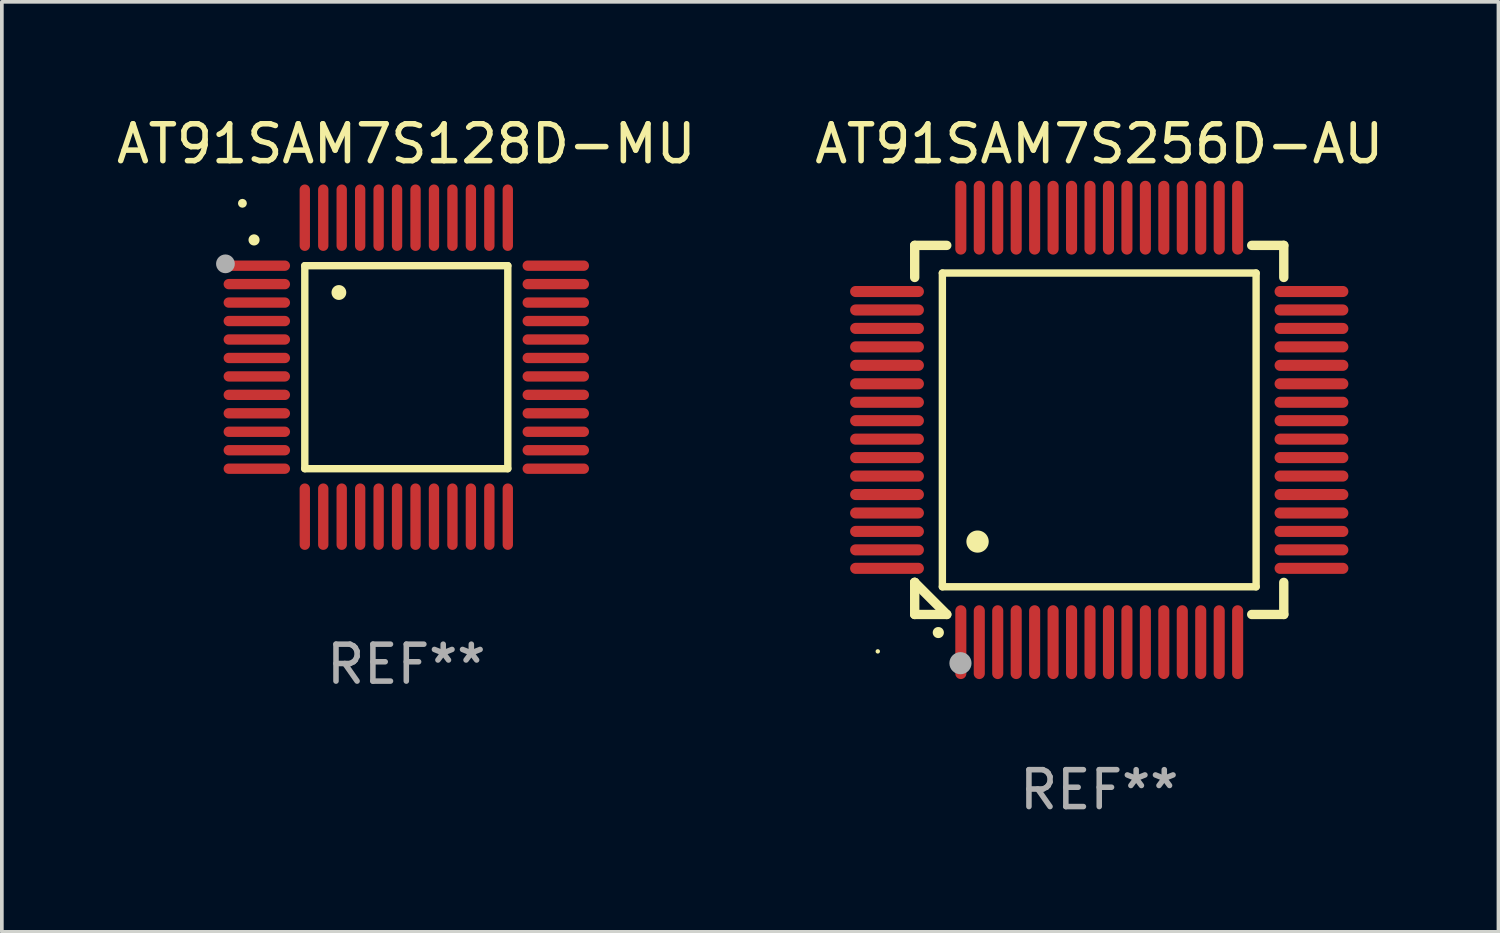
<source format=kicad_pcb>
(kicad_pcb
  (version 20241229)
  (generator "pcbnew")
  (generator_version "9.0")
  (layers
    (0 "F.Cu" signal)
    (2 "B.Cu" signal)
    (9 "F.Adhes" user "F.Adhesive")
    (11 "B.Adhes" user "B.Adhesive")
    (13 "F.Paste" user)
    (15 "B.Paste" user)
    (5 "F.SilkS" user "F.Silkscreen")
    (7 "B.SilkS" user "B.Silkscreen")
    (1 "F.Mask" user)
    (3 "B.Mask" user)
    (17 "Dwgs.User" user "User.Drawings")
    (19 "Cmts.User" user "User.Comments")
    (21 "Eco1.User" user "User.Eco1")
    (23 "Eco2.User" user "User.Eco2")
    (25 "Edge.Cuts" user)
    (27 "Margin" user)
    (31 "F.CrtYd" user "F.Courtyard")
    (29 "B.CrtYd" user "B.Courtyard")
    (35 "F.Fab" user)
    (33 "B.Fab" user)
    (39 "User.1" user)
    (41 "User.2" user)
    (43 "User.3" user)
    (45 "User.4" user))
  (footprint "AT91SAM7S256D-AU"
    (layer "F.Cu")
    (at 26.732 8.598)
    (property "Reference" "AT91SAM7S256D-AU" (at 0 -7.75 0) (layer "F.SilkS") (effects (font (size 1 1) (thickness 0.15))))
    (attr through_hole)
    (fp_line (start -5 -5) (end -4.131 -5) (stroke (width 0.254) (type solid)) (layer "F.SilkS"))
    (fp_line (start -5 -4.131) (end -5 -5) (stroke (width 0.254) (type solid)) (layer "F.SilkS"))
    (fp_line (start -5 4.131) (end -5 4.131) (stroke (width 0.254) (type solid)) (layer "F.SilkS"))
    (fp_line (start -5 5) (end -5 4.131) (stroke (width 0.254) (type solid)) (layer "F.SilkS"))
    (fp_line (start -5 4.131) (end -4.131 5) (stroke (width 0.254) (type solid)) (layer "F.SilkS"))
    (fp_line (start -4.25 -4.25) (end -4.25 4.25) (stroke (width 0.2) (type solid)) (layer "F.SilkS"))
    (fp_line (start -4.25 4.25) (end 4.25 4.25) (stroke (width 0.2) (type solid)) (layer "F.SilkS"))
    (fp_line (start -4.131 5) (end -5 5) (stroke (width 0.254) (type solid)) (layer "F.SilkS"))
    (fp_line (start 4.25 -4.25) (end -4.25 -4.25) (stroke (width 0.2) (type solid)) (layer "F.SilkS"))
    (fp_line (start 4.25 4.25) (end 4.25 -4.25) (stroke (width 0.2) (type solid)) (layer "F.SilkS"))
    (fp_line (start 5 -5) (end 4.131 -5) (stroke (width 0.254) (type solid)) (layer "F.SilkS"))
    (fp_line (start 5 -5) (end 5 -4.131) (stroke (width 0.254) (type solid)) (layer "F.SilkS"))
    (fp_line (start 5 4.131) (end 5 5) (stroke (width 0.254) (type solid)) (layer "F.SilkS"))
    (fp_line (start 5 5) (end 4.131 5) (stroke (width 0.254) (type solid)) (layer "F.SilkS"))
    (fp_arc (start -4.361265 5.489992) (mid -4.359995 5.489987) (end -4.358725 5.489992) (stroke (width 0.3) (type solid)) (layer "F.SilkS"))
    (fp_arc (start -3.299467 3.025146) (mid -3.296927 3.025135) (end -3.294387 3.025146) (stroke (width 0.6) (type solid)) (layer "F.SilkS"))
    (fp_circle (center -6 6) (end -5.97 6) (stroke (width 0.06) (type solid)) (fill no) (layer "F.SilkS"))
    (fp_circle (center -3.76 6.32) (end -3.61 6.32) (stroke (width 0.3) (type solid)) (fill no) (layer "F.Fab"))
    (fp_text user "REF**" (at 0 9.75 0) (layer "F.Fab") (effects (font (size 1 1) (thickness 0.15))))
    (pad "1" smd oval (at -3.75 5.75) (size 0.3 2) (layers "F.Cu" "F.Mask" "F.Paste"))
    (pad "2" smd oval (at -3.25 5.75) (size 0.3 2) (layers "F.Cu" "F.Mask" "F.Paste"))
    (pad "3" smd oval (at -2.75 5.75) (size 0.3 2) (layers "F.Cu" "F.Mask" "F.Paste"))
    (pad "4" smd oval (at -2.25 5.75) (size 0.3 2) (layers "F.Cu" "F.Mask" "F.Paste"))
    (pad "5" smd oval (at -1.75 5.75) (size 0.3 2) (layers "F.Cu" "F.Mask" "F.Paste"))
    (pad "6" smd oval (at -1.25 5.75) (size 0.3 2) (layers "F.Cu" "F.Mask" "F.Paste"))
    (pad "7" smd oval (at -0.75 5.75) (size 0.3 2) (layers "F.Cu" "F.Mask" "F.Paste"))
    (pad "8" smd oval (at -0.25 5.75) (size 0.3 2) (layers "F.Cu" "F.Mask" "F.Paste"))
    (pad "9" smd oval (at 0.25 5.75) (size 0.3 2) (layers "F.Cu" "F.Mask" "F.Paste"))
    (pad "10" smd oval (at 0.75 5.75) (size 0.3 2) (layers "F.Cu" "F.Mask" "F.Paste"))
    (pad "11" smd oval (at 1.25 5.75) (size 0.3 2) (layers "F.Cu" "F.Mask" "F.Paste"))
    (pad "12" smd oval (at 1.75 5.75) (size 0.3 2) (layers "F.Cu" "F.Mask" "F.Paste"))
    (pad "13" smd oval (at 2.25 5.75) (size 0.3 2) (layers "F.Cu" "F.Mask" "F.Paste"))
    (pad "14" smd oval (at 2.75 5.75) (size 0.3 2) (layers "F.Cu" "F.Mask" "F.Paste"))
    (pad "15" smd oval (at 3.25 5.75) (size 0.3 2) (layers "F.Cu" "F.Mask" "F.Paste"))
    (pad "16" smd oval (at 3.75 5.75) (size 0.3 2) (layers "F.Cu" "F.Mask" "F.Paste"))
    (pad "17" smd oval (at 5.75 3.75) (size 2 0.3) (layers "F.Cu" "F.Mask" "F.Paste"))
    (pad "18" smd oval (at 5.75 3.25) (size 2 0.3) (layers "F.Cu" "F.Mask" "F.Paste"))
    (pad "19" smd oval (at 5.75 2.75) (size 2 0.3) (layers "F.Cu" "F.Mask" "F.Paste"))
    (pad "20" smd oval (at 5.75 2.25) (size 2 0.3) (layers "F.Cu" "F.Mask" "F.Paste"))
    (pad "21" smd oval (at 5.75 1.75) (size 2 0.3) (layers "F.Cu" "F.Mask" "F.Paste"))
    (pad "22" smd oval (at 5.75 1.25) (size 2 0.3) (layers "F.Cu" "F.Mask" "F.Paste"))
    (pad "23" smd oval (at 5.75 0.75) (size 2 0.3) (layers "F.Cu" "F.Mask" "F.Paste"))
    (pad "24" smd oval (at 5.75 0.25) (size 2 0.3) (layers "F.Cu" "F.Mask" "F.Paste"))
    (pad "25" smd oval (at 5.75 -0.25) (size 2 0.3) (layers "F.Cu" "F.Mask" "F.Paste"))
    (pad "26" smd oval (at 5.75 -0.75) (size 2 0.3) (layers "F.Cu" "F.Mask" "F.Paste"))
    (pad "27" smd oval (at 5.75 -1.25) (size 2 0.3) (layers "F.Cu" "F.Mask" "F.Paste"))
    (pad "28" smd oval (at 5.75 -1.75) (size 2 0.3) (layers "F.Cu" "F.Mask" "F.Paste"))
    (pad "29" smd oval (at 5.75 -2.25) (size 2 0.3) (layers "F.Cu" "F.Mask" "F.Paste"))
    (pad "30" smd oval (at 5.75 -2.75) (size 2 0.3) (layers "F.Cu" "F.Mask" "F.Paste"))
    (pad "31" smd oval (at 5.75 -3.25) (size 2 0.3) (layers "F.Cu" "F.Mask" "F.Paste"))
    (pad "32" smd oval (at 5.75 -3.75) (size 2 0.3) (layers "F.Cu" "F.Mask" "F.Paste"))
    (pad "33" smd oval (at 3.75 -5.75) (size 0.3 2) (layers "F.Cu" "F.Mask" "F.Paste"))
    (pad "34" smd oval (at 3.25 -5.75) (size 0.3 2) (layers "F.Cu" "F.Mask" "F.Paste"))
    (pad "35" smd oval (at 2.75 -5.75) (size 0.3 2) (layers "F.Cu" "F.Mask" "F.Paste"))
    (pad "36" smd oval (at 2.25 -5.75) (size 0.3 2) (layers "F.Cu" "F.Mask" "F.Paste"))
    (pad "37" smd oval (at 1.75 -5.75) (size 0.3 2) (layers "F.Cu" "F.Mask" "F.Paste"))
    (pad "38" smd oval (at 1.25 -5.75) (size 0.3 2) (layers "F.Cu" "F.Mask" "F.Paste"))
    (pad "39" smd oval (at 0.75 -5.75) (size 0.3 2) (layers "F.Cu" "F.Mask" "F.Paste"))
    (pad "40" smd oval (at 0.25 -5.75) (size 0.3 2) (layers "F.Cu" "F.Mask" "F.Paste"))
    (pad "41" smd oval (at -0.25 -5.75) (size 0.3 2) (layers "F.Cu" "F.Mask" "F.Paste"))
    (pad "42" smd oval (at -0.75 -5.75) (size 0.3 2) (layers "F.Cu" "F.Mask" "F.Paste"))
    (pad "43" smd oval (at -1.25 -5.75) (size 0.3 2) (layers "F.Cu" "F.Mask" "F.Paste"))
    (pad "44" smd oval (at -1.75 -5.75) (size 0.3 2) (layers "F.Cu" "F.Mask" "F.Paste"))
    (pad "45" smd oval (at -2.25 -5.75) (size 0.3 2) (layers "F.Cu" "F.Mask" "F.Paste"))
    (pad "46" smd oval (at -2.75 -5.75) (size 0.3 2) (layers "F.Cu" "F.Mask" "F.Paste"))
    (pad "47" smd oval (at -3.25 -5.75) (size 0.3 2) (layers "F.Cu" "F.Mask" "F.Paste"))
    (pad "48" smd oval (at -3.75 -5.75) (size 0.3 2) (layers "F.Cu" "F.Mask" "F.Paste"))
    (pad "49" smd oval (at -5.75 -3.75) (size 2 0.3) (layers "F.Cu" "F.Mask" "F.Paste"))
    (pad "50" smd oval (at -5.75 -3.25) (size 2 0.3) (layers "F.Cu" "F.Mask" "F.Paste"))
    (pad "51" smd oval (at -5.75 -2.75) (size 2 0.3) (layers "F.Cu" "F.Mask" "F.Paste"))
    (pad "52" smd oval (at -5.75 -2.25) (size 2 0.3) (layers "F.Cu" "F.Mask" "F.Paste"))
    (pad "53" smd oval (at -5.75 -1.75) (size 2 0.3) (layers "F.Cu" "F.Mask" "F.Paste"))
    (pad "54" smd oval (at -5.75 -1.25) (size 2 0.3) (layers "F.Cu" "F.Mask" "F.Paste"))
    (pad "55" smd oval (at -5.75 -0.75) (size 2 0.3) (layers "F.Cu" "F.Mask" "F.Paste"))
    (pad "56" smd oval (at -5.75 -0.25) (size 2 0.3) (layers "F.Cu" "F.Mask" "F.Paste"))
    (pad "57" smd oval (at -5.75 0.25) (size 2 0.3) (layers "F.Cu" "F.Mask" "F.Paste"))
    (pad "58" smd oval (at -5.75 0.75) (size 2 0.3) (layers "F.Cu" "F.Mask" "F.Paste"))
    (pad "59" smd oval (at -5.75 1.25) (size 2 0.3) (layers "F.Cu" "F.Mask" "F.Paste"))
    (pad "60" smd oval (at -5.75 1.75) (size 2 0.3) (layers "F.Cu" "F.Mask" "F.Paste"))
    (pad "61" smd oval (at -5.75 2.25) (size 2 0.3) (layers "F.Cu" "F.Mask" "F.Paste"))
    (pad "62" smd oval (at -5.75 2.75) (size 2 0.3) (layers "F.Cu" "F.Mask" "F.Paste"))
    (pad "63" smd oval (at -5.75 3.25) (size 2 0.3) (layers "F.Cu" "F.Mask" "F.Paste"))
    (pad "64" smd oval (at -5.75 3.75) (size 2 0.3) (layers "F.Cu" "F.Mask" "F.Paste")))
  (footprint "AT91SAM7S128D-MU"
    (layer "F.Cu")
    (at 7.958 6.898)
    (property "Reference" "AT91SAM7S128D-MU" (at 0 -6.05 0) (layer "F.SilkS") (effects (font (size 1 1) (thickness 0.15))))
    (attr through_hole)
    (fp_line (start -2.75 -2.75) (end 2.75 -2.75) (stroke (width 0.2) (type solid)) (layer "F.SilkS"))
    (fp_line (start -2.75 2.75) (end -2.75 -2.75) (stroke (width 0.2) (type solid)) (layer "F.SilkS"))
    (fp_line (start 2.75 -2.75) (end 2.75 2.75) (stroke (width 0.2) (type solid)) (layer "F.SilkS"))
    (fp_line (start 2.75 2.75) (end -2.75 2.75) (stroke (width 0.2) (type solid)) (layer "F.SilkS"))
    (fp_arc (start -4.124968 -3.446787) (mid -4.124973 -3.448057) (end -4.124968 -3.449327) (stroke (width 0.3) (type solid)) (layer "F.SilkS"))
    (fp_arc (start -1.826264 -2.021844) (mid -1.826268 -2.023114) (end -1.826264 -2.024384) (stroke (width 0.4) (type solid)) (layer "F.SilkS"))
    (fp_circle (center -4.44 -4.44) (end -4.38 -4.44) (stroke (width 0.12) (type solid)) (fill no) (layer "F.SilkS"))
    (fp_circle (center -4.9 -2.8) (end -4.773 -2.8) (stroke (width 0.254) (type solid)) (fill no) (layer "F.Fab"))
    (fp_text user "REF**" (at 0 8.05 0) (layer "F.Fab") (effects (font (size 1 1) (thickness 0.15))))
    (pad "1" smd oval (at -4.05 -2.75 90) (size 0.28 1.8) (layers "F.Cu" "F.Mask" "F.Paste"))
    (pad "2" smd oval (at -4.05 -2.25 90) (size 0.28 1.8) (layers "F.Cu" "F.Mask" "F.Paste"))
    (pad "3" smd oval (at -4.05 -1.75 90) (size 0.28 1.8) (layers "F.Cu" "F.Mask" "F.Paste"))
    (pad "4" smd oval (at -4.05 -1.25 90) (size 0.28 1.8) (layers "F.Cu" "F.Mask" "F.Paste"))
    (pad "5" smd oval (at -4.05 -0.75 90) (size 0.28 1.8) (layers "F.Cu" "F.Mask" "F.Paste"))
    (pad "6" smd oval (at -4.05 -0.25 90) (size 0.28 1.8) (layers "F.Cu" "F.Mask" "F.Paste"))
    (pad "7" smd oval (at -4.05 0.25 90) (size 0.28 1.8) (layers "F.Cu" "F.Mask" "F.Paste"))
    (pad "8" smd oval (at -4.05 0.75 90) (size 0.28 1.8) (layers "F.Cu" "F.Mask" "F.Paste"))
    (pad "9" smd oval (at -4.05 1.25 90) (size 0.28 1.8) (layers "F.Cu" "F.Mask" "F.Paste"))
    (pad "10" smd oval (at -4.05 1.75 90) (size 0.28 1.8) (layers "F.Cu" "F.Mask" "F.Paste"))
    (pad "11" smd oval (at -4.05 2.25 90) (size 0.28 1.8) (layers "F.Cu" "F.Mask" "F.Paste"))
    (pad "12" smd oval (at -4.05 2.75 90) (size 0.28 1.8) (layers "F.Cu" "F.Mask" "F.Paste"))
    (pad "13" smd oval (at -2.75 4.05) (size 0.28 1.8) (layers "F.Cu" "F.Mask" "F.Paste"))
    (pad "14" smd oval (at -2.25 4.05) (size 0.28 1.8) (layers "F.Cu" "F.Mask" "F.Paste"))
    (pad "15" smd oval (at -1.75 4.05) (size 0.28 1.8) (layers "F.Cu" "F.Mask" "F.Paste"))
    (pad "16" smd oval (at -1.25 4.05) (size 0.28 1.8) (layers "F.Cu" "F.Mask" "F.Paste"))
    (pad "17" smd oval (at -0.75 4.05) (size 0.28 1.8) (layers "F.Cu" "F.Mask" "F.Paste"))
    (pad "18" smd oval (at -0.25 4.05) (size 0.28 1.8) (layers "F.Cu" "F.Mask" "F.Paste"))
    (pad "19" smd oval (at 0.25 4.05) (size 0.28 1.8) (layers "F.Cu" "F.Mask" "F.Paste"))
    (pad "20" smd oval (at 0.75 4.05) (size 0.28 1.8) (layers "F.Cu" "F.Mask" "F.Paste"))
    (pad "21" smd oval (at 1.25 4.05) (size 0.28 1.8) (layers "F.Cu" "F.Mask" "F.Paste"))
    (pad "22" smd oval (at 1.75 4.05) (size 0.28 1.8) (layers "F.Cu" "F.Mask" "F.Paste"))
    (pad "23" smd oval (at 2.25 4.05) (size 0.28 1.8) (layers "F.Cu" "F.Mask" "F.Paste"))
    (pad "24" smd oval (at 2.75 4.05) (size 0.28 1.8) (layers "F.Cu" "F.Mask" "F.Paste"))
    (pad "25" smd oval (at 4.05 2.75 90) (size 0.28 1.8) (layers "F.Cu" "F.Mask" "F.Paste"))
    (pad "26" smd oval (at 4.05 2.25 90) (size 0.28 1.8) (layers "F.Cu" "F.Mask" "F.Paste"))
    (pad "27" smd oval (at 4.05 1.75 90) (size 0.28 1.8) (layers "F.Cu" "F.Mask" "F.Paste"))
    (pad "28" smd oval (at 4.05 1.25 90) (size 0.28 1.8) (layers "F.Cu" "F.Mask" "F.Paste"))
    (pad "29" smd oval (at 4.05 0.75 90) (size 0.28 1.8) (layers "F.Cu" "F.Mask" "F.Paste"))
    (pad "30" smd oval (at 4.05 0.25 90) (size 0.28 1.8) (layers "F.Cu" "F.Mask" "F.Paste"))
    (pad "31" smd oval (at 4.05 -0.25 90) (size 0.28 1.8) (layers "F.Cu" "F.Mask" "F.Paste"))
    (pad "32" smd oval (at 4.05 -0.75 90) (size 0.28 1.8) (layers "F.Cu" "F.Mask" "F.Paste"))
    (pad "33" smd oval (at 4.05 -1.25 90) (size 0.28 1.8) (layers "F.Cu" "F.Mask" "F.Paste"))
    (pad "34" smd oval (at 4.05 -1.75 90) (size 0.28 1.8) (layers "F.Cu" "F.Mask" "F.Paste"))
    (pad "35" smd oval (at 4.05 -2.25 90) (size 0.28 1.8) (layers "F.Cu" "F.Mask" "F.Paste"))
    (pad "36" smd oval (at 4.05 -2.75 90) (size 0.28 1.8) (layers "F.Cu" "F.Mask" "F.Paste"))
    (pad "37" smd oval (at 2.75 -4.05) (size 0.28 1.8) (layers "F.Cu" "F.Mask" "F.Paste"))
    (pad "38" smd oval (at 2.25 -4.05) (size 0.28 1.8) (layers "F.Cu" "F.Mask" "F.Paste"))
    (pad "39" smd oval (at 1.75 -4.05) (size 0.28 1.8) (layers "F.Cu" "F.Mask" "F.Paste"))
    (pad "40" smd oval (at 1.25 -4.05) (size 0.28 1.8) (layers "F.Cu" "F.Mask" "F.Paste"))
    (pad "41" smd oval (at 0.75 -4.05) (size 0.28 1.8) (layers "F.Cu" "F.Mask" "F.Paste"))
    (pad "42" smd oval (at 0.25 -4.05) (size 0.28 1.8) (layers "F.Cu" "F.Mask" "F.Paste"))
    (pad "43" smd oval (at -0.25 -4.05) (size 0.28 1.8) (layers "F.Cu" "F.Mask" "F.Paste"))
    (pad "44" smd oval (at -0.75 -4.05) (size 0.28 1.8) (layers "F.Cu" "F.Mask" "F.Paste"))
    (pad "45" smd oval (at -1.25 -4.05) (size 0.28 1.8) (layers "F.Cu" "F.Mask" "F.Paste"))
    (pad "46" smd oval (at -1.75 -4.05) (size 0.28 1.8) (layers "F.Cu" "F.Mask" "F.Paste"))
    (pad "47" smd oval (at -2.25 -4.05) (size 0.28 1.8) (layers "F.Cu" "F.Mask" "F.Paste"))
    (pad "48" smd oval (at -2.75 -4.05) (size 0.28 1.8) (layers "F.Cu" "F.Mask" "F.Paste")))
  (gr_rect
    (start -3 -3)
    (end 37.548 22.196)
    (stroke (width 0.1) (type default))
    (fill no)
    (layer "Edge.Cuts")))
</source>
